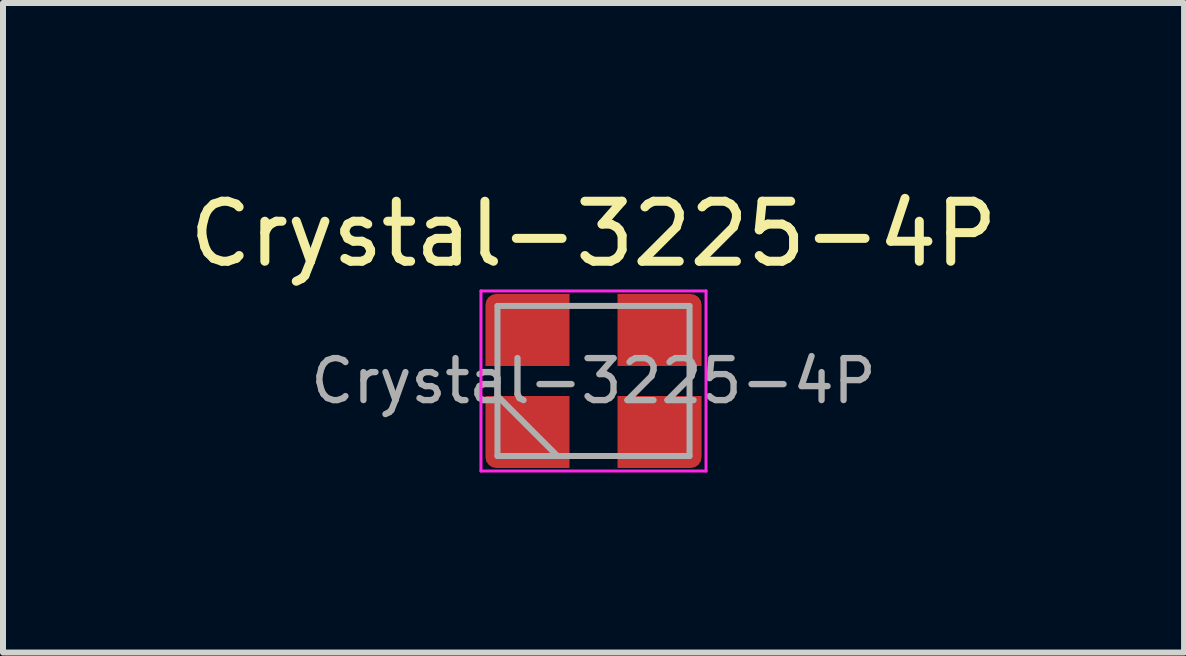
<source format=kicad_pcb>
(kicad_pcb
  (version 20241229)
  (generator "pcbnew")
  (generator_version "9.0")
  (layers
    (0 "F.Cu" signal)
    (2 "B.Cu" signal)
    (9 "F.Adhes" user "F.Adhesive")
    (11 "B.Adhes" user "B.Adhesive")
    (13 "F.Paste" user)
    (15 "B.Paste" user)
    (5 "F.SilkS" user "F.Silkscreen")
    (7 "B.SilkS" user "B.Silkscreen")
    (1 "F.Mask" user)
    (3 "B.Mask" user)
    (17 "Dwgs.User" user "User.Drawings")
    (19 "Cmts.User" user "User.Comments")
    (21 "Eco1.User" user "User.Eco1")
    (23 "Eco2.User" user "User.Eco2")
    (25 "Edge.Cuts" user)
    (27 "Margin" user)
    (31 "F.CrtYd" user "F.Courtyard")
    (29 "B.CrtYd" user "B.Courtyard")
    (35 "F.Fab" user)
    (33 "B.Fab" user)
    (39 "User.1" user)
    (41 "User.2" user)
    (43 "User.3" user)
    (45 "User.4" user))
  (footprint "Crystal-3225-4P"
    (layer "F.Cu")
    (at 6.839 3.298)
    (property "Reference" "Crystal-3225-4P" (at 0 -2.45 0) (layer "F.SilkS") (effects (font (size 1 1) (thickness 0.15))))
    (attr smd)
    (fp_line (start -1.875 -1.5) (end -1.875 1.5) (stroke (width 0.05) (type solid)) (layer "F.CrtYd"))
    (fp_line (start -1.875 1.5) (end 1.875 1.5) (stroke (width 0.05) (type solid)) (layer "F.CrtYd"))
    (fp_line (start 1.875 -1.5) (end -1.875 -1.5) (stroke (width 0.05) (type solid)) (layer "F.CrtYd"))
    (fp_line (start 1.875 1.5) (end 1.875 -1.5) (stroke (width 0.05) (type solid)) (layer "F.CrtYd"))
    (fp_line (start -1.6 -1.25) (end -1.6 1.25) (stroke (width 0.1) (type solid)) (layer "F.Fab"))
    (fp_line (start -1.6 0.25) (end -0.6 1.25) (stroke (width 0.1) (type solid)) (layer "F.Fab"))
    (fp_line (start -1.6 1.25) (end 1.6 1.25) (stroke (width 0.1) (type solid)) (layer "F.Fab"))
    (fp_line (start 1.6 -1.25) (end -1.6 -1.25) (stroke (width 0.1) (type solid)) (layer "F.Fab"))
    (fp_line (start 1.6 1.25) (end 1.6 -1.25) (stroke (width 0.1) (type solid)) (layer "F.Fab"))
    (fp_text user "${REFERENCE}" (at 0 0 0) (layer "F.Fab") (effects (font (size 0.7 0.7) (thickness 0.105))))
    (pad "1" smd roundrect (at -1.1 0.85) (size 1.4 1.2) (layers "F.Cu" "F.Mask" "F.Paste") (roundrect_rratio 0.15) (chamfer_ratio 0) (chamfer top_left top_right bottom_right))
    (pad "2" smd roundrect (at 1.1 0.85) (size 1.4 1.2) (property pad_prop_heatsink) (layers "F.Cu" "F.Mask" "F.Paste") (roundrect_rratio 0.15) (chamfer_ratio 0) (chamfer top_left top_right bottom_left))
    (pad "3" smd roundrect (at 1.1 -0.85) (size 1.4 1.2) (layers "F.Cu" "F.Mask" "F.Paste") (roundrect_rratio 0.15) (chamfer_ratio 0) (chamfer top_left bottom_left bottom_right))
    (pad "4" smd roundrect (at -1.1 -0.85) (size 1.4 1.2) (property pad_prop_heatsink) (layers "F.Cu" "F.Mask" "F.Paste") (roundrect_rratio 0.15) (chamfer_ratio 0) (chamfer top_right bottom_left bottom_right)))
  (gr_rect
    (start -3 -3)
    (end 16.679 7.823)
    (stroke (width 0.1) (type default))
    (fill no)
    (layer "Edge.Cuts")))
</source>
